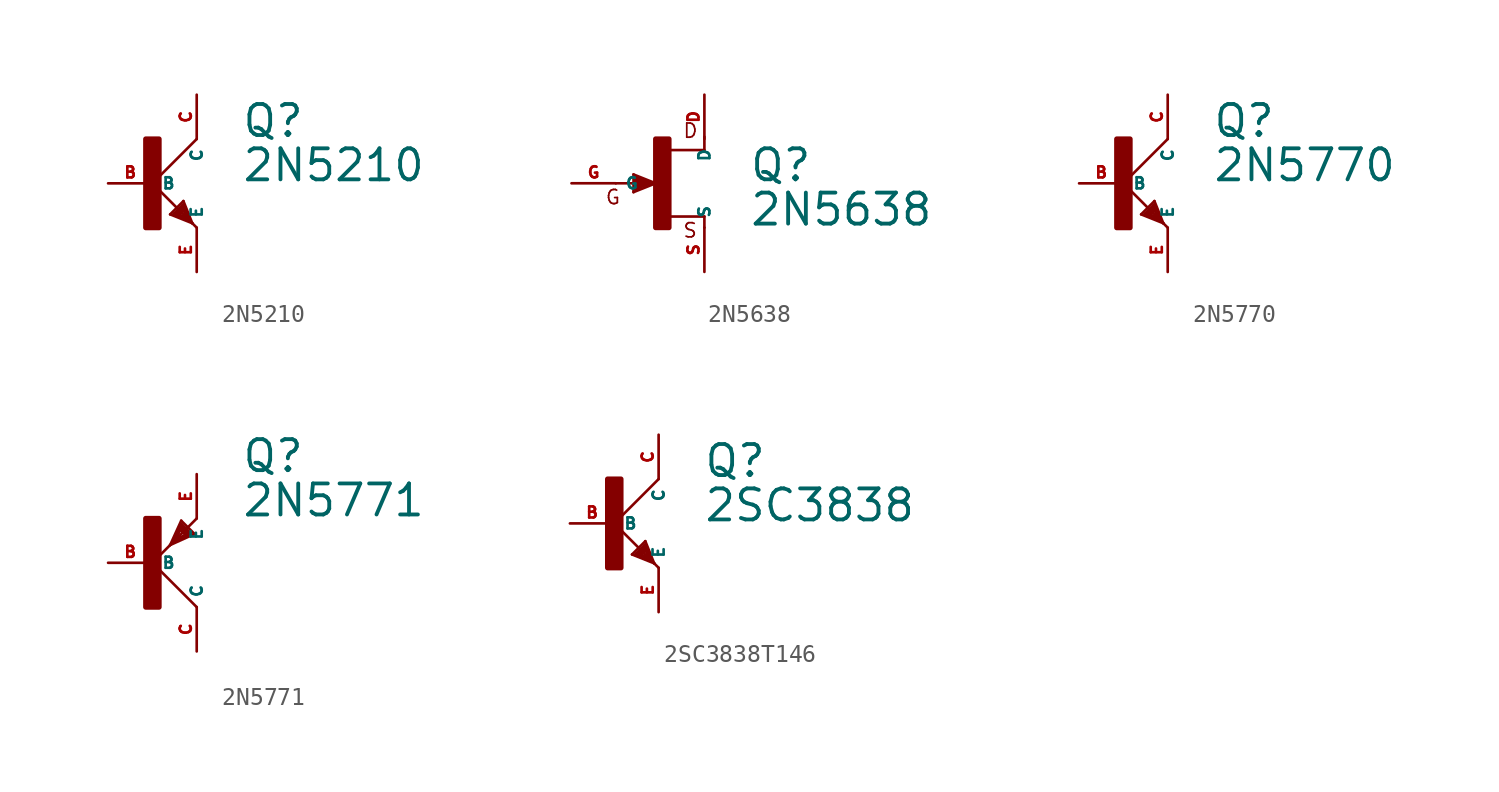
<source format=kicad_sym>
(kicad_symbol_lib
  (version 20220914)
  (generator Eagle2Kicad)
  (symbol "2N5210"
    (property "Reference" "Q"
      (at 5.08 2.54 0)
      (effects (font (size 1.778 1.778) (thickness 0.22)) (justify left bottom)))
    (property "Value" "2N5210"
      (at 5.08 0 0)
      (effects (font (size 1.778 1.778) (thickness 0.22)) (justify left bottom)))
    (polyline
      (pts (xy 2.54 2.54) (xy 0 0))
      (stroke (width 0.152) (type default))
      (fill (type none)))
    (polyline
      (pts (xy 0 0) (xy 2.032 -2.032))
      (stroke (width 0.152) (type default))
      (fill (type none)))
    (polyline
      (pts (xy 2.032 -2.032) (xy 2.286 -2.286))
      (stroke (width 0.152) (type default))
      (fill (type none)))
    (polyline
      (pts (xy 1.778 -1.016) (xy 2.286 -2.286))
      (stroke (width 0.152) (type default))
      (fill (type none)))
    (polyline
      (pts (xy 2.286 -2.286) (xy 2.54 -2.54))
      (stroke (width 0.152) (type default))
      (fill (type none)))
    (polyline
      (pts (xy 2.286 -2.286) (xy 1.016 -1.778))
      (stroke (width 0.152) (type default))
      (fill (type none)))
    (polyline
      (pts (xy 1.016 -1.778) (xy 1.778 -1.016))
      (stroke (width 0.152) (type default))
      (fill (type none)))
    (polyline
      (pts (xy 2.032 -2.032) (xy 1.778 -1.27))
      (stroke (width 0.254) (type default))
      (fill (type none)))
    (polyline
      (pts (xy 1.778 -1.27) (xy 1.27 -1.778))
      (stroke (width 0.254) (type default))
      (fill (type none)))
    (polyline
      (pts (xy 1.27 -1.778) (xy 2.032 -2.032))
      (stroke (width 0.254) (type default))
      (fill (type none)))
    (polyline
      (pts (xy 1.524 -1.778) (xy 1.778 -1.524))
      (stroke (width 0.254) (type default))
      (fill (type none)))
    (rectangle
      (start -0.381 -2.54)
      (end 0.381 2.54)
      (stroke (width 0.3) (type default))
      (fill (type outline)))
    (pin passive line
      (at -2.54 0 0)
      (length 2.54)
      (name "B" (effects (font (size 0.635 0.635) (thickness 0.08)) (justify left bottom)))
      (number "B" (effects (font (size 0.635 0.635) (thickness 0.08)) (justify left bottom))))
    (pin passive line
      (at 2.54 -5.08 90)
      (length 2.54)
      (name "E" (effects (font (size 0.635 0.635) (thickness 0.08)) (justify left bottom)))
      (number "E" (effects (font (size 0.635 0.635) (thickness 0.08)) (justify left bottom))))
    (pin passive line
      (at 2.54 5.08 270)
      (length 2.54)
      (name "C" (effects (font (size 0.635 0.635) (thickness 0.08)) (justify left bottom)))
      (number "C" (effects (font (size 0.635 0.635) (thickness 0.08)) (justify left bottom)))))
  (symbol "2N5638"
    (property "Reference" "Q"
      (at 5.08 0 0)
      (effects (font (size 1.778 1.778) (thickness 0.22)) (justify left bottom)))
    (property "Value" "2N5638"
      (at 5.08 -2.54 0)
      (effects (font (size 1.778 1.778) (thickness 0.22)) (justify left bottom)))
    (polyline
      (pts (xy 2.54 -1.905) (xy 0.533 -1.905))
      (stroke (width 0.152) (type default))
      (fill (type none)))
    (polyline
      (pts (xy 2.54 -2.54) (xy 2.54 -1.905))
      (stroke (width 0.152) (type default))
      (fill (type none)))
    (polyline
      (pts (xy 2.54 2.667) (xy 2.54 1.905))
      (stroke (width 0.152) (type default))
      (fill (type none)))
    (polyline
      (pts (xy 2.54 1.905) (xy 0.508 1.905))
      (stroke (width 0.152) (type default))
      (fill (type none)))
    (polyline
      (pts (xy -0.254 0) (xy -1.524 0.508))
      (stroke (width 0.152) (type default))
      (fill (type none)))
    (polyline
      (pts (xy -1.524 0.508) (xy -1.524 -0.508))
      (stroke (width 0.152) (type default))
      (fill (type none)))
    (polyline
      (pts (xy -1.524 -0.508) (xy -0.254 0))
      (stroke (width 0.152) (type default))
      (fill (type none)))
    (polyline
      (pts (xy -2.54 0) (xy -0.762 0))
      (stroke (width 0.152) (type default))
      (fill (type none)))
    (polyline
      (pts (xy -0.762 0) (xy -0.635 0))
      (stroke (width 0.152) (type default))
      (fill (type none)))
    (polyline
      (pts (xy -0.635 0) (xy -0.254 0))
      (stroke (width 0.152) (type default))
      (fill (type none)))
    (polyline
      (pts (xy -0.635 0) (xy -1.397 0.254))
      (stroke (width 0.305) (type default))
      (fill (type none)))
    (polyline
      (pts (xy -1.397 0.254) (xy -1.397 -0.254))
      (stroke (width 0.305) (type default))
      (fill (type none)))
    (polyline
      (pts (xy -1.397 -0.254) (xy -0.762 0))
      (stroke (width 0.305) (type default))
      (fill (type none)))
    (text "D"
      (at 1.27 2.54 0)
      (effects (font (size 0.813 0.813) (thickness 0.10)) (justify left bottom)))
    (text "S"
      (at 1.27 -3.175 0)
      (effects (font (size 0.813 0.813) (thickness 0.10)) (justify left bottom)))
    (text "G"
      (at -3.175 -1.27 0)
      (effects (font (size 0.813 0.813) (thickness 0.10)) (justify left bottom)))
    (rectangle
      (start -0.254 -2.54)
      (end 0.508 2.54)
      (stroke (width 0.3) (type default))
      (fill (type outline)))
    (pin passive line
      (at -5.08 0 0)
      (length 2.54)
      (name "G" (effects (font (size 0.635 0.635) (thickness 0.08)) (justify left bottom)))
      (number "G" (effects (font (size 0.635 0.635) (thickness 0.08)) (justify left bottom))))
    (pin passive line
      (at 2.54 5.08 270)
      (length 2.54)
      (name "D" (effects (font (size 0.635 0.635) (thickness 0.08)) (justify left bottom)))
      (number "D" (effects (font (size 0.635 0.635) (thickness 0.08)) (justify left bottom))))
    (pin passive line
      (at 2.54 -5.08 90)
      (length 2.54)
      (name "S" (effects (font (size 0.635 0.635) (thickness 0.08)) (justify left bottom)))
      (number "S" (effects (font (size 0.635 0.635) (thickness 0.08)) (justify left bottom)))))
  (symbol "2N5770"
    (property "Reference" "Q"
      (at 5.08 2.54 0)
      (effects (font (size 1.778 1.778) (thickness 0.22)) (justify left bottom)))
    (property "Value" "2N5770"
      (at 5.08 0 0)
      (effects (font (size 1.778 1.778) (thickness 0.22)) (justify left bottom)))
    (polyline
      (pts (xy 2.54 2.54) (xy 0 0))
      (stroke (width 0.152) (type default))
      (fill (type none)))
    (polyline
      (pts (xy 0 0) (xy 2.032 -2.032))
      (stroke (width 0.152) (type default))
      (fill (type none)))
    (polyline
      (pts (xy 2.032 -2.032) (xy 2.286 -2.286))
      (stroke (width 0.152) (type default))
      (fill (type none)))
    (polyline
      (pts (xy 1.778 -1.016) (xy 2.286 -2.286))
      (stroke (width 0.152) (type default))
      (fill (type none)))
    (polyline
      (pts (xy 2.286 -2.286) (xy 2.54 -2.54))
      (stroke (width 0.152) (type default))
      (fill (type none)))
    (polyline
      (pts (xy 2.286 -2.286) (xy 1.016 -1.778))
      (stroke (width 0.152) (type default))
      (fill (type none)))
    (polyline
      (pts (xy 1.016 -1.778) (xy 1.778 -1.016))
      (stroke (width 0.152) (type default))
      (fill (type none)))
    (polyline
      (pts (xy 2.032 -2.032) (xy 1.778 -1.27))
      (stroke (width 0.254) (type default))
      (fill (type none)))
    (polyline
      (pts (xy 1.778 -1.27) (xy 1.27 -1.778))
      (stroke (width 0.254) (type default))
      (fill (type none)))
    (polyline
      (pts (xy 1.27 -1.778) (xy 2.032 -2.032))
      (stroke (width 0.254) (type default))
      (fill (type none)))
    (polyline
      (pts (xy 1.524 -1.778) (xy 1.778 -1.524))
      (stroke (width 0.254) (type default))
      (fill (type none)))
    (rectangle
      (start -0.381 -2.54)
      (end 0.381 2.54)
      (stroke (width 0.3) (type default))
      (fill (type outline)))
    (pin passive line
      (at -2.54 0 0)
      (length 2.54)
      (name "B" (effects (font (size 0.635 0.635) (thickness 0.08)) (justify left bottom)))
      (number "B" (effects (font (size 0.635 0.635) (thickness 0.08)) (justify left bottom))))
    (pin passive line
      (at 2.54 -5.08 90)
      (length 2.54)
      (name "E" (effects (font (size 0.635 0.635) (thickness 0.08)) (justify left bottom)))
      (number "E" (effects (font (size 0.635 0.635) (thickness 0.08)) (justify left bottom))))
    (pin passive line
      (at 2.54 5.08 270)
      (length 2.54)
      (name "C" (effects (font (size 0.635 0.635) (thickness 0.08)) (justify left bottom)))
      (number "C" (effects (font (size 0.635 0.635) (thickness 0.08)) (justify left bottom)))))
  (symbol "2N5771"
    (property "Reference" "Q"
      (at 5.08 5.08 0)
      (effects (font (size 1.778 1.778) (thickness 0.22)) (justify left bottom)))
    (property "Value" "2N5771"
      (at 5.08 2.54 0)
      (effects (font (size 1.778 1.778) (thickness 0.22)) (justify left bottom)))
    (polyline
      (pts (xy 2.54 -2.54) (xy 0 0))
      (stroke (width 0.152) (type default))
      (fill (type none)))
    (polyline
      (pts (xy 0 0) (xy 1.016 1.016))
      (stroke (width 0.152) (type default))
      (fill (type none)))
    (polyline
      (pts (xy 1.651 2.413) (xy 1.016 1.016))
      (stroke (width 0.152) (type default))
      (fill (type none)))
    (polyline
      (pts (xy 1.016 1.016) (xy 1.27 1.27))
      (stroke (width 0.152) (type default))
      (fill (type none)))
    (polyline
      (pts (xy 1.27 1.27) (xy 2.54 2.54))
      (stroke (width 0.152) (type default))
      (fill (type none)))
    (polyline
      (pts (xy 1.016 1.016) (xy 2.413 1.651))
      (stroke (width 0.152) (type default))
      (fill (type none)))
    (polyline
      (pts (xy 2.413 1.651) (xy 1.651 2.413))
      (stroke (width 0.152) (type default))
      (fill (type none)))
    (polyline
      (pts (xy 1.27 1.27) (xy 1.651 2.159))
      (stroke (width 0.254) (type default))
      (fill (type none)))
    (polyline
      (pts (xy 1.651 2.159) (xy 2.159 1.651))
      (stroke (width 0.254) (type default))
      (fill (type none)))
    (polyline
      (pts (xy 2.159 1.651) (xy 1.27 1.27))
      (stroke (width 0.254) (type default))
      (fill (type none)))
    (polyline
      (pts (xy 1.651 1.905) (xy 1.905 1.651))
      (stroke (width 0.254) (type default))
      (fill (type none)))
    (rectangle
      (start -0.381 -2.54)
      (end 0.381 2.54)
      (stroke (width 0.3) (type default))
      (fill (type outline)))
    (pin passive line
      (at -2.54 0 0)
      (length 2.54)
      (name "B" (effects (font (size 0.635 0.635) (thickness 0.08)) (justify left bottom)))
      (number "B" (effects (font (size 0.635 0.635) (thickness 0.08)) (justify left bottom))))
    (pin passive line
      (at 2.54 5.08 270)
      (length 2.54)
      (name "E" (effects (font (size 0.635 0.635) (thickness 0.08)) (justify left bottom)))
      (number "E" (effects (font (size 0.635 0.635) (thickness 0.08)) (justify left bottom))))
    (pin passive line
      (at 2.54 -5.08 90)
      (length 2.54)
      (name "C" (effects (font (size 0.635 0.635) (thickness 0.08)) (justify left bottom)))
      (number "C" (effects (font (size 0.635 0.635) (thickness 0.08)) (justify left bottom)))))
  (symbol "2SC3838T146"
    (property "Reference" "Q"
      (at 5.08 2.54 0)
      (effects (font (size 1.778 1.778) (thickness 0.22)) (justify left bottom)))
    (property "Value" "2SC3838"
      (at 5.08 0 0)
      (effects (font (size 1.778 1.778) (thickness 0.22)) (justify left bottom)))
    (polyline
      (pts (xy 2.54 2.54) (xy 0 0))
      (stroke (width 0.152) (type default))
      (fill (type none)))
    (polyline
      (pts (xy 0 0) (xy 2.032 -2.032))
      (stroke (width 0.152) (type default))
      (fill (type none)))
    (polyline
      (pts (xy 2.032 -2.032) (xy 2.286 -2.286))
      (stroke (width 0.152) (type default))
      (fill (type none)))
    (polyline
      (pts (xy 1.778 -1.016) (xy 2.286 -2.286))
      (stroke (width 0.152) (type default))
      (fill (type none)))
    (polyline
      (pts (xy 2.286 -2.286) (xy 2.54 -2.54))
      (stroke (width 0.152) (type default))
      (fill (type none)))
    (polyline
      (pts (xy 2.286 -2.286) (xy 1.016 -1.778))
      (stroke (width 0.152) (type default))
      (fill (type none)))
    (polyline
      (pts (xy 1.016 -1.778) (xy 1.778 -1.016))
      (stroke (width 0.152) (type default))
      (fill (type none)))
    (polyline
      (pts (xy 2.032 -2.032) (xy 1.778 -1.27))
      (stroke (width 0.254) (type default))
      (fill (type none)))
    (polyline
      (pts (xy 1.778 -1.27) (xy 1.27 -1.778))
      (stroke (width 0.254) (type default))
      (fill (type none)))
    (polyline
      (pts (xy 1.27 -1.778) (xy 2.032 -2.032))
      (stroke (width 0.254) (type default))
      (fill (type none)))
    (polyline
      (pts (xy 1.524 -1.778) (xy 1.778 -1.524))
      (stroke (width 0.254) (type default))
      (fill (type none)))
    (rectangle
      (start -0.381 -2.54)
      (end 0.381 2.54)
      (stroke (width 0.3) (type default))
      (fill (type outline)))
    (pin passive line
      (at -2.54 0 0)
      (length 2.54)
      (name "B" (effects (font (size 0.635 0.635) (thickness 0.08)) (justify left bottom)))
      (number "B" (effects (font (size 0.635 0.635) (thickness 0.08)) (justify left bottom))))
    (pin passive line
      (at 2.54 -5.08 90)
      (length 2.54)
      (name "E" (effects (font (size 0.635 0.635) (thickness 0.08)) (justify left bottom)))
      (number "E" (effects (font (size 0.635 0.635) (thickness 0.08)) (justify left bottom))))
    (pin passive line
      (at 2.54 5.08 270)
      (length 2.54)
      (name "C" (effects (font (size 0.635 0.635) (thickness 0.08)) (justify left bottom)))
      (number "C" (effects (font (size 0.635 0.635) (thickness 0.08)) (justify left bottom))))))
</source>
